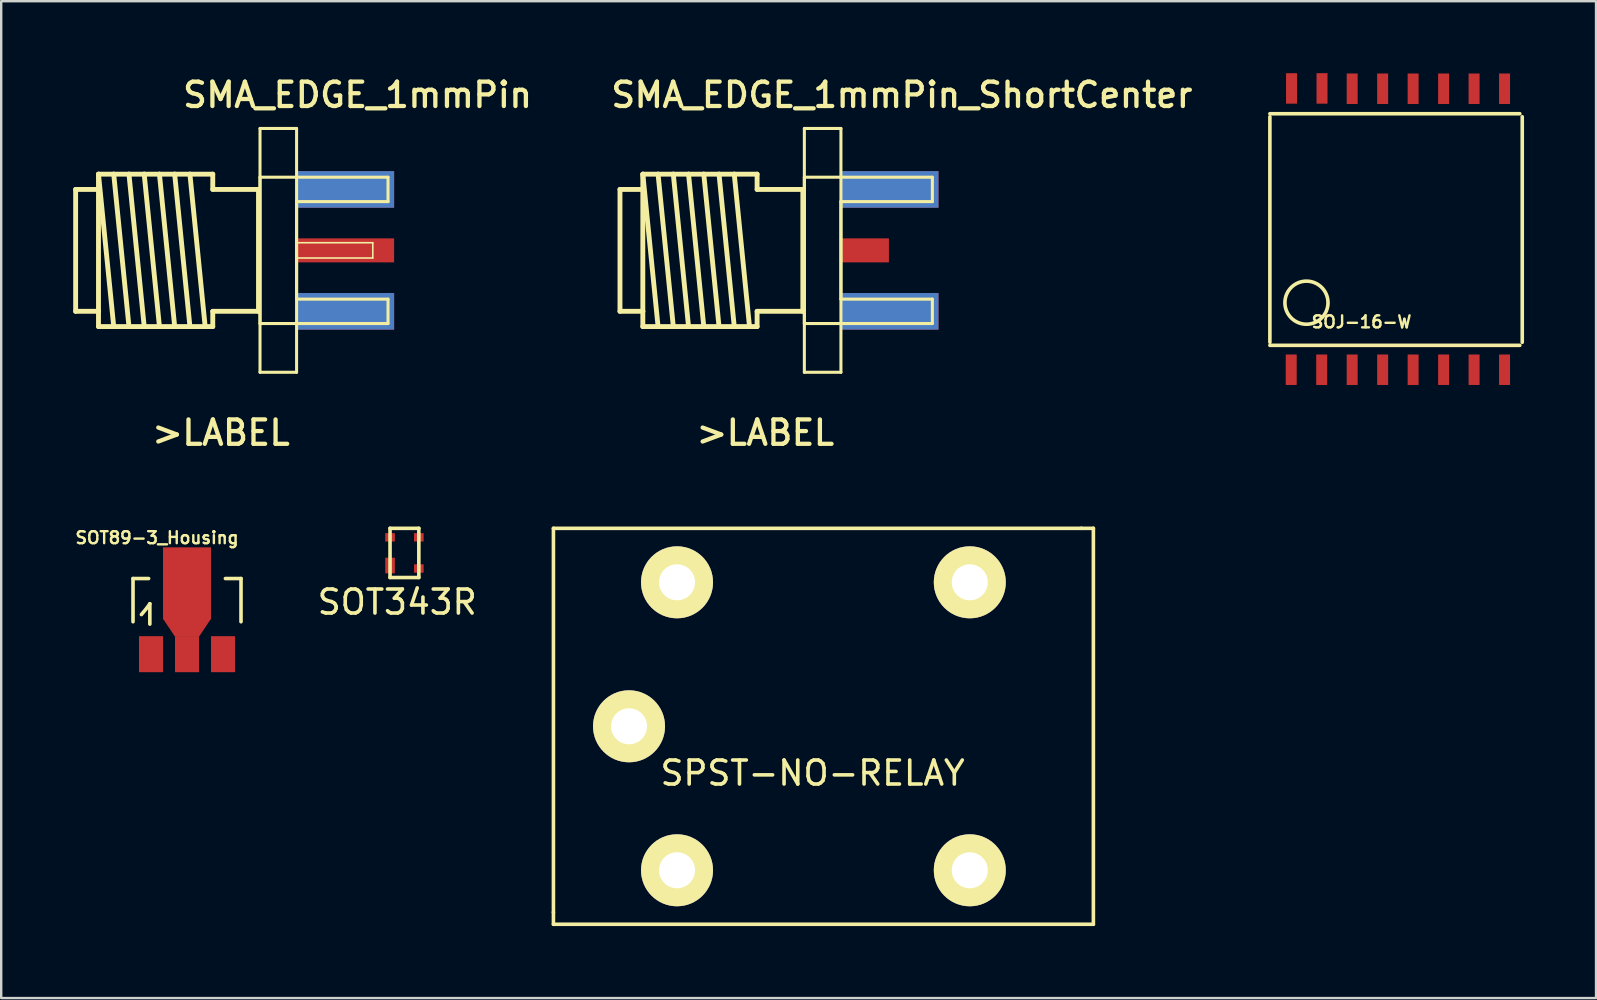
<source format=kicad_pcb>
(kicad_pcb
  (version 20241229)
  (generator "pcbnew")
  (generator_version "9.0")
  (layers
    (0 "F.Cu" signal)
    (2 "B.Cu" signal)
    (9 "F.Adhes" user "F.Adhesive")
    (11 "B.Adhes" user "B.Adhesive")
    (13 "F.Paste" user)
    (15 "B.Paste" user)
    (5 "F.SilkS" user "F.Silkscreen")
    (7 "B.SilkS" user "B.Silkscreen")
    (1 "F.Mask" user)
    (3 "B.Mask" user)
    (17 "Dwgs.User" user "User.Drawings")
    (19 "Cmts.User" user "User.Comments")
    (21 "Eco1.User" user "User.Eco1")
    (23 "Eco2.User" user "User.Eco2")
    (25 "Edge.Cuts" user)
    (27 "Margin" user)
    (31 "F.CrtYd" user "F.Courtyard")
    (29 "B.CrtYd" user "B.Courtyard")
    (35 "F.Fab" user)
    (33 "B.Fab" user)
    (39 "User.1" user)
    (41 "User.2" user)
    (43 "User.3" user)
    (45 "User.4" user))
  (footprint "SOJ-16-W"
    (layer "F.Cu")
    (at 59.011 6.515)
    (property "Reference" "SOJ-16-W" (at -5.325 3.85 0) (layer "F.SilkS") (effects (font (size 0.5 0.5) (thickness 0.1))))
    (attr smd)
    (fp_line (start -9.144 -4.826) (end 1.27 -4.826) (stroke (width 0.15) (type solid)) (layer "F.SilkS"))
    (fp_line (start -9.144 -4.699) (end -9.144 4.699) (stroke (width 0.15) (type solid)) (layer "F.SilkS"))
    (fp_line (start -9.144 4.826) (end 1.27 4.826) (stroke (width 0.15) (type solid)) (layer "F.SilkS"))
    (fp_line (start 1.372 4.699) (end 1.372 -4.699) (stroke (width 0.15) (type solid)) (layer "F.SilkS"))
    (fp_circle (center -7.62 3.048) (end -8.255 2.413) (stroke (width 0.15) (type solid)) (fill no) (layer "F.SilkS"))
    (pad "1" smd rect (at -8.255 5.842) (size 0.457 1.27) (layers "F.Cu" "F.Mask" "F.Paste"))
    (pad "2" smd rect (at -6.985 5.842) (size 0.457 1.27) (layers "F.Cu" "F.Mask" "F.Paste"))
    (pad "3" smd rect (at -5.715 5.842) (size 0.457 1.27) (layers "F.Cu" "F.Mask" "F.Paste"))
    (pad "4" smd rect (at -4.445 5.842) (size 0.457 1.27) (layers "F.Cu" "F.Mask" "F.Paste"))
    (pad "5" smd rect (at -3.175 5.842) (size 0.457 1.27) (layers "F.Cu" "F.Mask" "F.Paste"))
    (pad "6" smd rect (at -1.905 5.842) (size 0.457 1.27) (layers "F.Cu" "F.Mask" "F.Paste"))
    (pad "7" smd rect (at -0.635 5.842) (size 0.457 1.27) (layers "F.Cu" "F.Mask" "F.Paste"))
    (pad "8" smd rect (at 0.635 5.842) (size 0.457 1.27) (layers "F.Cu" "F.Mask" "F.Paste"))
    (pad "9" smd rect (at 0.635 -5.867 180) (size 0.457 1.27) (layers "F.Cu" "F.Mask" "F.Paste"))
    (pad "10" smd rect (at -0.635 -5.867 180) (size 0.457 1.27) (layers "F.Cu" "F.Mask" "F.Paste"))
    (pad "11" smd rect (at -1.905 -5.867 180) (size 0.457 1.27) (layers "F.Cu" "F.Mask" "F.Paste"))
    (pad "12" smd rect (at -3.175 -5.867 180) (size 0.457 1.27) (layers "F.Cu" "F.Mask" "F.Paste"))
    (pad "13" smd rect (at -4.445 -5.867 180) (size 0.457 1.27) (layers "F.Cu" "F.Mask" "F.Paste"))
    (pad "14" smd rect (at -5.715 -5.867 180) (size 0.457 1.27) (layers "F.Cu" "F.Mask" "F.Paste"))
    (pad "15" smd rect (at -6.972 -5.88) (size 0.457 1.27) (layers "F.Cu" "F.Mask" "F.Paste"))
    (pad "16" smd rect (at -8.242 -5.88) (size 0.457 1.27) (layers "F.Cu" "F.Mask" "F.Paste")))
  (footprint "SPST-NO-RELAY"
    (layer "F.Cu")
    (at 31.262 27.215)
    (property "Reference" "SPST-NO-RELAY" (at -0.45 1.95 0) (layer "F.SilkS") (effects (font (size 1 1) (thickness 0.15))))
    (attr through_hole)
    (fp_line (start -11.25 -8.25) (end -11.25 7.75) (stroke (width 0.15) (type solid)) (layer "F.SilkS"))
    (fp_line (start -11.25 -8.25) (end 10.75 -8.25) (stroke (width 0.15) (type solid)) (layer "F.SilkS"))
    (fp_line (start -11.25 7.75) (end -11.25 8.25) (stroke (width 0.15) (type solid)) (layer "F.SilkS"))
    (fp_line (start -11.25 8.25) (end 11.25 8.25) (stroke (width 0.15) (type solid)) (layer "F.SilkS"))
    (fp_line (start 10.75 -8.25) (end 11.25 -8.25) (stroke (width 0.15) (type solid)) (layer "F.SilkS"))
    (fp_line (start 11.25 8.25) (end 11.25 -8.25) (stroke (width 0.15) (type solid)) (layer "F.SilkS"))
    (pad "1" thru_hole circle (at -8.1 0) (size 3 3) (drill 1.5) (layers "*.Cu" "*.Mask" "F.SilkS"))
    (pad "2" thru_hole circle (at -6.1 -6) (size 3 3) (drill 1.5) (layers "*.Cu" "*.Mask" "F.SilkS"))
    (pad "3" thru_hole circle (at 6.1 -6) (size 3 3) (drill 1.5) (layers "*.Cu" "*.Mask" "F.SilkS"))
    (pad "4" thru_hole circle (at 6.1 6) (size 3 3) (drill 1.5) (layers "*.Cu" "*.Mask" "F.SilkS"))
    (pad "5" thru_hole circle (at -6.1 6) (size 3 3) (drill 1.5) (layers "*.Cu" "*.Mask" "F.SilkS")))
  (footprint "SOT343R"
    (layer "F.Cu")
    (at 13.203 20.515)
    (property "Reference" "SOT343R" (at 0.3 1.525 0) (layer "F.SilkS") (effects (font (size 1 1) (thickness 0.15))))
    (attr through_hole)
    (fp_line (start 0 -1.55) (end 1.2 -1.55) (stroke (width 0.15) (type solid)) (layer "F.SilkS"))
    (fp_line (start 0 0.5) (end 0 -1.55) (stroke (width 0.15) (type solid)) (layer "F.SilkS"))
    (fp_line (start 1.2 -1.55) (end 1.2 0.5) (stroke (width 0.15) (type solid)) (layer "F.SilkS"))
    (fp_line (start 1.2 0.5) (end 0 0.5) (stroke (width 0.15) (type solid)) (layer "F.SilkS"))
    (pad "1" smd rect (at 0 0) (size 0.4 0.65) (layers "F.Cu" "F.Mask" "F.Paste"))
    (pad "2" smd rect (at 0 -1.175) (size 0.4 0.35) (layers "F.Cu" "F.Mask" "F.Paste"))
    (pad "3" smd rect (at 1.2 -1.175) (size 0.4 0.35) (layers "F.Cu" "F.Mask" "F.Paste"))
    (pad "4" smd rect (at 1.2 0.125) (size 0.4 0.35) (layers "F.Cu" "F.Mask" "F.Paste")))
  (footprint "SMA_EDGE_1mmPin"
    (layer "F.Cu")
    (at 9.309 7.383)
    (property "Reference" "SMA_EDGE_1mmPin" (at 2.54 -6.477 180) (layer "F.SilkS") (effects (font (size 1.016 1.016) (thickness 0.178))))
    (attr smd)
    (fp_line (start -9.207 -2.54) (end -8.255 -2.54) (stroke (width 0.203) (type solid)) (layer "F.SilkS"))
    (fp_line (start -9.207 2.54) (end -9.207 -2.54) (stroke (width 0.203) (type solid)) (layer "F.SilkS"))
    (fp_line (start -8.255 -3.175) (end -7.62 -3.175) (stroke (width 0.203) (type solid)) (layer "F.SilkS"))
    (fp_line (start -8.255 -3.175) (end -7.62 3.175) (stroke (width 0.203) (type solid)) (layer "F.SilkS"))
    (fp_line (start -8.255 -2.54) (end -8.255 -3.175) (stroke (width 0.203) (type solid)) (layer "F.SilkS"))
    (fp_line (start -8.255 -2.54) (end -8.255 2.54) (stroke (width 0.203) (type solid)) (layer "F.SilkS"))
    (fp_line (start -8.255 2.54) (end -9.207 2.54) (stroke (width 0.203) (type solid)) (layer "F.SilkS"))
    (fp_line (start -8.255 3.175) (end -8.255 2.54) (stroke (width 0.203) (type solid)) (layer "F.SilkS"))
    (fp_line (start -7.62 -3.175) (end -6.985 -3.175) (stroke (width 0.203) (type solid)) (layer "F.SilkS"))
    (fp_line (start -7.62 -3.175) (end -6.985 3.175) (stroke (width 0.203) (type solid)) (layer "F.SilkS"))
    (fp_line (start -7.62 3.175) (end -8.255 3.175) (stroke (width 0.203) (type solid)) (layer "F.SilkS"))
    (fp_line (start -6.985 -3.175) (end -6.35 -3.175) (stroke (width 0.203) (type solid)) (layer "F.SilkS"))
    (fp_line (start -6.985 -3.175) (end -6.35 3.175) (stroke (width 0.203) (type solid)) (layer "F.SilkS"))
    (fp_line (start -6.985 3.175) (end -7.62 3.175) (stroke (width 0.203) (type solid)) (layer "F.SilkS"))
    (fp_line (start -6.35 -3.175) (end -5.715 -3.175) (stroke (width 0.203) (type solid)) (layer "F.SilkS"))
    (fp_line (start -6.35 -3.175) (end -5.715 3.175) (stroke (width 0.203) (type solid)) (layer "F.SilkS"))
    (fp_line (start -6.35 3.175) (end -6.985 3.175) (stroke (width 0.203) (type solid)) (layer "F.SilkS"))
    (fp_line (start -5.715 -3.175) (end -5.08 -3.175) (stroke (width 0.203) (type solid)) (layer "F.SilkS"))
    (fp_line (start -5.715 -3.175) (end -5.08 3.175) (stroke (width 0.203) (type solid)) (layer "F.SilkS"))
    (fp_line (start -5.715 3.175) (end -6.35 3.175) (stroke (width 0.203) (type solid)) (layer "F.SilkS"))
    (fp_line (start -5.08 -3.175) (end -4.445 -3.175) (stroke (width 0.203) (type solid)) (layer "F.SilkS"))
    (fp_line (start -5.08 -3.175) (end -4.445 3.175) (stroke (width 0.203) (type solid)) (layer "F.SilkS"))
    (fp_line (start -5.08 3.175) (end -5.715 3.175) (stroke (width 0.203) (type solid)) (layer "F.SilkS"))
    (fp_line (start -4.445 -3.175) (end -3.81 3.175) (stroke (width 0.203) (type solid)) (layer "F.SilkS"))
    (fp_line (start -4.445 -3.175) (end -3.493 -3.175) (stroke (width 0.203) (type solid)) (layer "F.SilkS"))
    (fp_line (start -4.445 3.175) (end -5.08 3.175) (stroke (width 0.203) (type solid)) (layer "F.SilkS"))
    (fp_line (start -3.493 -3.175) (end -3.493 -2.54) (stroke (width 0.203) (type solid)) (layer "F.SilkS"))
    (fp_line (start -3.493 -2.54) (end -1.587 -2.54) (stroke (width 0.203) (type solid)) (layer "F.SilkS"))
    (fp_line (start -3.493 2.54) (end -3.493 3.175) (stroke (width 0.203) (type solid)) (layer "F.SilkS"))
    (fp_line (start -3.493 3.175) (end -4.445 3.175) (stroke (width 0.203) (type solid)) (layer "F.SilkS"))
    (fp_line (start -1.587 -2.54) (end -1.587 2.54) (stroke (width 0.203) (type solid)) (layer "F.SilkS"))
    (fp_line (start -1.587 2.54) (end -3.493 2.54) (stroke (width 0.203) (type solid)) (layer "F.SilkS"))
    (fp_line (start -1.524 -5.08) (end 0 -5.08) (stroke (width 0.127) (type solid)) (layer "F.SilkS"))
    (fp_line (start -1.524 -3.048) (end 3.81 -3.048) (stroke (width 0.127) (type solid)) (layer "F.SilkS"))
    (fp_line (start -1.524 3.048) (end -1.524 -3.048) (stroke (width 0.127) (type solid)) (layer "F.SilkS"))
    (fp_line (start -1.524 5.08) (end -1.524 -5.08) (stroke (width 0.127) (type solid)) (layer "F.SilkS"))
    (fp_line (start 0 -5.08) (end 0 5.08) (stroke (width 0.127) (type solid)) (layer "F.SilkS"))
    (fp_line (start 0 -2.032) (end 0 2.032) (stroke (width 0.127) (type solid)) (layer "F.SilkS"))
    (fp_line (start 0 -0.318) (end 3.175 -0.318) (stroke (width 0.066) (type solid)) (layer "F.SilkS"))
    (fp_line (start 0 0.318) (end 0 -0.318) (stroke (width 0.066) (type solid)) (layer "F.SilkS"))
    (fp_line (start 0 0.318) (end 3.175 0.318) (stroke (width 0.066) (type solid)) (layer "F.SilkS"))
    (fp_line (start 0 2.032) (end 3.81 2.032) (stroke (width 0.127) (type solid)) (layer "F.SilkS"))
    (fp_line (start 0 5.08) (end -1.524 5.08) (stroke (width 0.127) (type solid)) (layer "F.SilkS"))
    (fp_line (start 3.175 0.318) (end 3.175 -0.318) (stroke (width 0.066) (type solid)) (layer "F.SilkS"))
    (fp_line (start 3.81 -3.048) (end 3.81 -2.032) (stroke (width 0.127) (type solid)) (layer "F.SilkS"))
    (fp_line (start 3.81 -2.032) (end 0 -2.032) (stroke (width 0.127) (type solid)) (layer "F.SilkS"))
    (fp_line (start 3.81 2.032) (end 3.81 3.048) (stroke (width 0.127) (type solid)) (layer "F.SilkS"))
    (fp_line (start 3.81 3.048) (end -1.524 3.048) (stroke (width 0.127) (type solid)) (layer "F.SilkS"))
    (fp_text user ">LABEL" (at -3.15 7.6 180) (layer "F.SilkS") (effects (font (size 1.016 1.016) (thickness 0.178))))
    (pad "GND@" smd rect (at 2.032 -2.54 90) (size 1.524 4.064) (layers "F.Cu" "F.Mask" "F.Paste"))
    (pad "GND@" smd rect (at 2.032 -2.54 90) (size 1.524 4.064) (layers "B.Cu" "B.Mask"))
    (pad "GND@" smd rect (at 2.032 2.54 90) (size 1.524 4.064) (layers "F.Cu" "F.Mask" "F.Paste"))
    (pad "GND@" smd rect (at 2.032 2.54 90) (size 1.524 4.064) (layers "B.Cu" "B.Mask"))
    (pad "P" smd rect (at 2.032 0 90) (size 1 4.064) (layers "F.Cu" "F.Mask" "F.Paste")))
  (footprint "SOT89-3_Housing"
    (layer "F.Cu")
    (at 4.743 22.358)
    (property "Reference" "SOT89-3_Housing" (at -1.25 -3 0) (layer "F.SilkS") (effects (font (size 0.5 0.5) (thickness 0.1))))
    (attr smd)
    (fp_line (start -2.25 -1.3) (end -2.25 0.5) (stroke (width 0.15) (type solid)) (layer "F.SilkS"))
    (fp_line (start -2.25 -1.3) (end -1.6 -1.3) (stroke (width 0.15) (type solid)) (layer "F.SilkS"))
    (fp_line (start -1.9 0.201) (end -1.651 -0.099) (stroke (width 0.15) (type solid)) (layer "F.SilkS"))
    (fp_line (start -1.651 -0.099) (end -1.549 -0.249) (stroke (width 0.15) (type solid)) (layer "F.SilkS"))
    (fp_line (start -1.549 -0.249) (end -1.549 0.599) (stroke (width 0.15) (type solid)) (layer "F.SilkS"))
    (fp_line (start 2.25 -1.3) (end 1.6 -1.3) (stroke (width 0.15) (type solid)) (layer "F.SilkS"))
    (fp_line (start 2.25 -1.3) (end 2.25 0.5) (stroke (width 0.15) (type solid)) (layer "F.SilkS"))
    (pad "1" smd rect (at -1.501 1.852) (size 1.001 1.501) (layers "F.Cu" "F.Mask" "F.Paste"))
    (pad "2" smd rect (at 0 -1.1) (size 1.999 3) (layers "F.Cu" "F.Mask" "F.Paste"))
    (pad "2" smd trapezoid (at 0 0.749 180) (size 1.501 0.749) (rect_delta 0 0.5) (layers "F.Cu" "F.Mask" "F.Paste"))
    (pad "2" smd rect (at 0 1.852) (size 1.001 1.501) (layers "F.Cu" "F.Mask" "F.Paste"))
    (pad "3" smd rect (at 1.501 1.852) (size 1.001 1.501) (layers "F.Cu" "F.Mask" "F.Paste")))
  (footprint "SMA_EDGE_1mmPin_ShortCenter"
    (layer "F.Cu")
    (at 31.992 7.383)
    (property "Reference" "SMA_EDGE_1mmPin_ShortCenter" (at 2.54 -6.477 180) (layer "F.SilkS") (effects (font (size 1.016 1.016) (thickness 0.178))))
    (attr smd)
    (fp_line (start -9.207 -2.54) (end -8.255 -2.54) (stroke (width 0.203) (type solid)) (layer "F.SilkS"))
    (fp_line (start -9.207 2.54) (end -9.207 -2.54) (stroke (width 0.203) (type solid)) (layer "F.SilkS"))
    (fp_line (start -8.255 -3.175) (end -7.62 -3.175) (stroke (width 0.203) (type solid)) (layer "F.SilkS"))
    (fp_line (start -8.255 -3.175) (end -7.62 3.175) (stroke (width 0.203) (type solid)) (layer "F.SilkS"))
    (fp_line (start -8.255 -2.54) (end -8.255 -3.175) (stroke (width 0.203) (type solid)) (layer "F.SilkS"))
    (fp_line (start -8.255 -2.54) (end -8.255 2.54) (stroke (width 0.203) (type solid)) (layer "F.SilkS"))
    (fp_line (start -8.255 2.54) (end -9.207 2.54) (stroke (width 0.203) (type solid)) (layer "F.SilkS"))
    (fp_line (start -8.255 3.175) (end -8.255 2.54) (stroke (width 0.203) (type solid)) (layer "F.SilkS"))
    (fp_line (start -7.62 -3.175) (end -6.985 -3.175) (stroke (width 0.203) (type solid)) (layer "F.SilkS"))
    (fp_line (start -7.62 -3.175) (end -6.985 3.175) (stroke (width 0.203) (type solid)) (layer "F.SilkS"))
    (fp_line (start -7.62 3.175) (end -8.255 3.175) (stroke (width 0.203) (type solid)) (layer "F.SilkS"))
    (fp_line (start -6.985 -3.175) (end -6.35 -3.175) (stroke (width 0.203) (type solid)) (layer "F.SilkS"))
    (fp_line (start -6.985 -3.175) (end -6.35 3.175) (stroke (width 0.203) (type solid)) (layer "F.SilkS"))
    (fp_line (start -6.985 3.175) (end -7.62 3.175) (stroke (width 0.203) (type solid)) (layer "F.SilkS"))
    (fp_line (start -6.35 -3.175) (end -5.715 -3.175) (stroke (width 0.203) (type solid)) (layer "F.SilkS"))
    (fp_line (start -6.35 -3.175) (end -5.715 3.175) (stroke (width 0.203) (type solid)) (layer "F.SilkS"))
    (fp_line (start -6.35 3.175) (end -6.985 3.175) (stroke (width 0.203) (type solid)) (layer "F.SilkS"))
    (fp_line (start -5.715 -3.175) (end -5.08 -3.175) (stroke (width 0.203) (type solid)) (layer "F.SilkS"))
    (fp_line (start -5.715 -3.175) (end -5.08 3.175) (stroke (width 0.203) (type solid)) (layer "F.SilkS"))
    (fp_line (start -5.715 3.175) (end -6.35 3.175) (stroke (width 0.203) (type solid)) (layer "F.SilkS"))
    (fp_line (start -5.08 -3.175) (end -4.445 -3.175) (stroke (width 0.203) (type solid)) (layer "F.SilkS"))
    (fp_line (start -5.08 -3.175) (end -4.445 3.175) (stroke (width 0.203) (type solid)) (layer "F.SilkS"))
    (fp_line (start -5.08 3.175) (end -5.715 3.175) (stroke (width 0.203) (type solid)) (layer "F.SilkS"))
    (fp_line (start -4.445 -3.175) (end -3.81 3.175) (stroke (width 0.203) (type solid)) (layer "F.SilkS"))
    (fp_line (start -4.445 -3.175) (end -3.493 -3.175) (stroke (width 0.203) (type solid)) (layer "F.SilkS"))
    (fp_line (start -4.445 3.175) (end -5.08 3.175) (stroke (width 0.203) (type solid)) (layer "F.SilkS"))
    (fp_line (start -3.493 -3.175) (end -3.493 -2.54) (stroke (width 0.203) (type solid)) (layer "F.SilkS"))
    (fp_line (start -3.493 -2.54) (end -1.587 -2.54) (stroke (width 0.203) (type solid)) (layer "F.SilkS"))
    (fp_line (start -3.493 2.54) (end -3.493 3.175) (stroke (width 0.203) (type solid)) (layer "F.SilkS"))
    (fp_line (start -3.493 3.175) (end -4.445 3.175) (stroke (width 0.203) (type solid)) (layer "F.SilkS"))
    (fp_line (start -1.587 -2.54) (end -1.587 2.54) (stroke (width 0.203) (type solid)) (layer "F.SilkS"))
    (fp_line (start -1.587 2.54) (end -3.493 2.54) (stroke (width 0.203) (type solid)) (layer "F.SilkS"))
    (fp_line (start -1.524 -5.08) (end 0 -5.08) (stroke (width 0.127) (type solid)) (layer "F.SilkS"))
    (fp_line (start -1.524 -3.048) (end 3.81 -3.048) (stroke (width 0.127) (type solid)) (layer "F.SilkS"))
    (fp_line (start -1.524 3.048) (end -1.524 -3.048) (stroke (width 0.127) (type solid)) (layer "F.SilkS"))
    (fp_line (start -1.524 5.08) (end -1.524 -5.08) (stroke (width 0.127) (type solid)) (layer "F.SilkS"))
    (fp_line (start 0 -5.08) (end 0 5.08) (stroke (width 0.127) (type solid)) (layer "F.SilkS"))
    (fp_line (start 0 -2.032) (end 0 2.032) (stroke (width 0.127) (type solid)) (layer "F.SilkS"))
    (fp_line (start 0 0.318) (end 0 -0.318) (stroke (width 0.066) (type solid)) (layer "F.SilkS"))
    (fp_line (start 0 2.032) (end 3.81 2.032) (stroke (width 0.127) (type solid)) (layer "F.SilkS"))
    (fp_line (start 0 5.08) (end -1.524 5.08) (stroke (width 0.127) (type solid)) (layer "F.SilkS"))
    (fp_line (start 3.81 -3.048) (end 3.81 -2.032) (stroke (width 0.127) (type solid)) (layer "F.SilkS"))
    (fp_line (start 3.81 -2.032) (end 0 -2.032) (stroke (width 0.127) (type solid)) (layer "F.SilkS"))
    (fp_line (start 3.81 2.032) (end 3.81 3.048) (stroke (width 0.127) (type solid)) (layer "F.SilkS"))
    (fp_line (start 3.81 3.048) (end -1.524 3.048) (stroke (width 0.127) (type solid)) (layer "F.SilkS"))
    (fp_text user ">LABEL" (at -3.15 7.6 180) (layer "F.SilkS") (effects (font (size 1.016 1.016) (thickness 0.178))))
    (pad "GND@" smd rect (at 2.032 -2.54 90) (size 1.524 4.064) (layers "F.Cu" "F.Mask" "F.Paste"))
    (pad "GND@" smd rect (at 2.032 -2.54 90) (size 1.524 4.064) (layers "B.Cu" "B.Mask"))
    (pad "GND@" smd rect (at 2.032 2.54 90) (size 1.524 4.064) (layers "F.Cu" "F.Mask" "F.Paste"))
    (pad "GND@" smd rect (at 2.032 2.54 90) (size 1.524 4.064) (layers "B.Cu" "B.Mask"))
    (pad "P" smd rect (at 1 0 90) (size 1 2) (layers "F.Cu" "F.Mask" "F.Paste")))
  (gr_rect
    (start -3 -3)
    (end 63.458 38.54)
    (stroke (width 0.1) (type default))
    (fill no)
    (layer "Edge.Cuts")))
</source>
